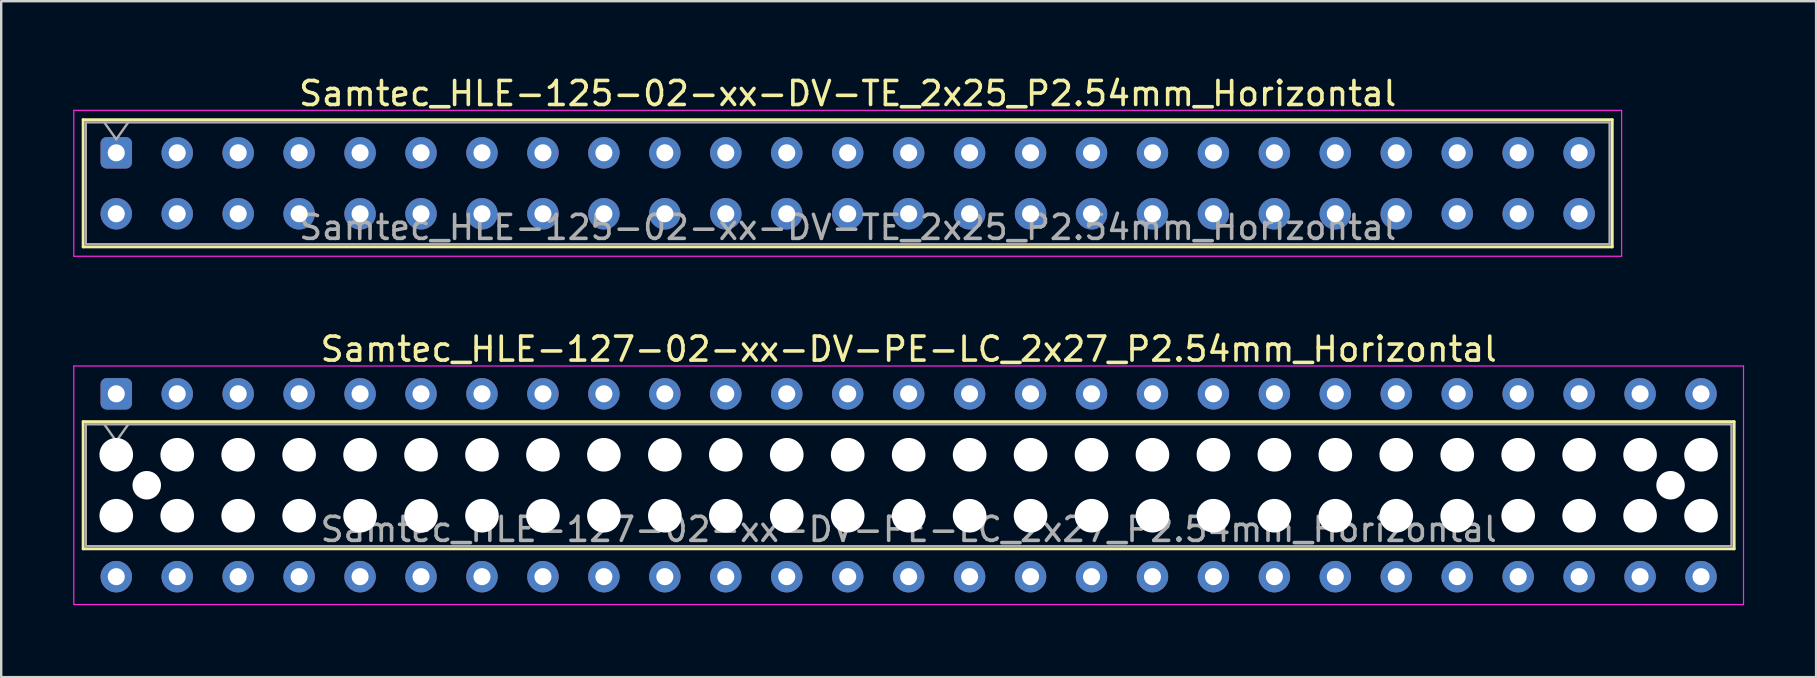
<source format=kicad_pcb>
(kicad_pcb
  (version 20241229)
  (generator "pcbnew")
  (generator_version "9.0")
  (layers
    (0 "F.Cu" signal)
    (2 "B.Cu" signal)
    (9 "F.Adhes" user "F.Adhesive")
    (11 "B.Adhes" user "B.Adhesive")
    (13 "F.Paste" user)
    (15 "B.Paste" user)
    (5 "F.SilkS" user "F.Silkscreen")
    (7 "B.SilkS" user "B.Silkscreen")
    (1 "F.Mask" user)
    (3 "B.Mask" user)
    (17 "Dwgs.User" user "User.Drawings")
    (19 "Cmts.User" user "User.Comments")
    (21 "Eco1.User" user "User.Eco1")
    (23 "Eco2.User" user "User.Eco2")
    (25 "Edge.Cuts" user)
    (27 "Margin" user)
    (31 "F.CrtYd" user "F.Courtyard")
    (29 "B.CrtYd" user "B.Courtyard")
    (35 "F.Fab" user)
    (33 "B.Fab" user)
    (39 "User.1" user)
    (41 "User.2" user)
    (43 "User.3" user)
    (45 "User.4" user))
  (footprint "Samtec_HLE-127-02-xx-DV-PE-LC_2x27_P2.54mm_Horizontal"
    (layer "F.Cu")
    (at 1.795 13.361)
    (property "Reference" "Samtec_HLE-127-02-xx-DV-PE-LC_2x27_P2.54mm_Horizontal" (at 33.02 -1.86 0) (layer "F.SilkS") (effects (font (size 1 1) (thickness 0.15))))
    (attr through_hole)
    (fp_line (start -1.38 1.16) (end 67.42 1.16) (stroke (width 0.12) (type solid)) (layer "F.SilkS"))
    (fp_line (start -1.38 6.46) (end -1.38 1.16) (stroke (width 0.12) (type solid)) (layer "F.SilkS"))
    (fp_line (start 67.42 1.16) (end 67.42 6.46) (stroke (width 0.12) (type solid)) (layer "F.SilkS"))
    (fp_line (start 67.42 6.46) (end -1.38 6.46) (stroke (width 0.12) (type solid)) (layer "F.SilkS"))
    (fp_line (start -1.77 -1.16) (end 67.81 -1.16) (stroke (width 0.05) (type solid)) (layer "F.CrtYd"))
    (fp_line (start -1.77 8.78) (end -1.77 -1.16) (stroke (width 0.05) (type solid)) (layer "F.CrtYd"))
    (fp_line (start 67.81 -1.16) (end 67.81 8.78) (stroke (width 0.05) (type solid)) (layer "F.CrtYd"))
    (fp_line (start 67.81 8.78) (end -1.77 8.78) (stroke (width 0.05) (type solid)) (layer "F.CrtYd"))
    (fp_line (start -1.27 1.27) (end 67.31 1.27) (stroke (width 0.1) (type solid)) (layer "F.Fab"))
    (fp_line (start -1.27 6.35) (end -1.27 1.27) (stroke (width 0.1) (type solid)) (layer "F.Fab"))
    (fp_line (start -0.5 1.27) (end 0 1.977) (stroke (width 0.1) (type solid)) (layer "F.Fab"))
    (fp_line (start 0 1.977) (end 0.5 1.27) (stroke (width 0.1) (type solid)) (layer "F.Fab"))
    (fp_line (start 67.31 1.27) (end 67.31 6.35) (stroke (width 0.1) (type solid)) (layer "F.Fab"))
    (fp_line (start 67.31 6.35) (end -1.27 6.35) (stroke (width 0.1) (type solid)) (layer "F.Fab"))
    (fp_text user "${REFERENCE}" (at 33.02 5.65 0) (layer "F.Fab") (effects (font (size 1 1) (thickness 0.15))))
    (pad "" np_thru_hole circle (at 0 2.54) (size 1.4 1.4) (drill 1.4) (layers "*.Cu" "*.Mask"))
    (pad "" np_thru_hole circle (at 0 5.08) (size 1.4 1.4) (drill 1.4) (layers "*.Cu" "*.Mask"))
    (pad "" np_thru_hole circle (at 1.27 3.81) (size 1.19 1.19) (drill 1.19) (layers "*.Cu" "*.Mask"))
    (pad "" np_thru_hole circle (at 2.54 2.54) (size 1.4 1.4) (drill 1.4) (layers "*.Cu" "*.Mask"))
    (pad "" np_thru_hole circle (at 2.54 5.08) (size 1.4 1.4) (drill 1.4) (layers "*.Cu" "*.Mask"))
    (pad "" np_thru_hole circle (at 5.08 2.54) (size 1.4 1.4) (drill 1.4) (layers "*.Cu" "*.Mask"))
    (pad "" np_thru_hole circle (at 5.08 5.08) (size 1.4 1.4) (drill 1.4) (layers "*.Cu" "*.Mask"))
    (pad "" np_thru_hole circle (at 7.62 2.54) (size 1.4 1.4) (drill 1.4) (layers "*.Cu" "*.Mask"))
    (pad "" np_thru_hole circle (at 7.62 5.08) (size 1.4 1.4) (drill 1.4) (layers "*.Cu" "*.Mask"))
    (pad "" np_thru_hole circle (at 10.16 2.54) (size 1.4 1.4) (drill 1.4) (layers "*.Cu" "*.Mask"))
    (pad "" np_thru_hole circle (at 10.16 5.08) (size 1.4 1.4) (drill 1.4) (layers "*.Cu" "*.Mask"))
    (pad "" np_thru_hole circle (at 12.7 2.54) (size 1.4 1.4) (drill 1.4) (layers "*.Cu" "*.Mask"))
    (pad "" np_thru_hole circle (at 12.7 5.08) (size 1.4 1.4) (drill 1.4) (layers "*.Cu" "*.Mask"))
    (pad "" np_thru_hole circle (at 15.24 2.54) (size 1.4 1.4) (drill 1.4) (layers "*.Cu" "*.Mask"))
    (pad "" np_thru_hole circle (at 15.24 5.08) (size 1.4 1.4) (drill 1.4) (layers "*.Cu" "*.Mask"))
    (pad "" np_thru_hole circle (at 17.78 2.54) (size 1.4 1.4) (drill 1.4) (layers "*.Cu" "*.Mask"))
    (pad "" np_thru_hole circle (at 17.78 5.08) (size 1.4 1.4) (drill 1.4) (layers "*.Cu" "*.Mask"))
    (pad "" np_thru_hole circle (at 20.32 2.54) (size 1.4 1.4) (drill 1.4) (layers "*.Cu" "*.Mask"))
    (pad "" np_thru_hole circle (at 20.32 5.08) (size 1.4 1.4) (drill 1.4) (layers "*.Cu" "*.Mask"))
    (pad "" np_thru_hole circle (at 22.86 2.54) (size 1.4 1.4) (drill 1.4) (layers "*.Cu" "*.Mask"))
    (pad "" np_thru_hole circle (at 22.86 5.08) (size 1.4 1.4) (drill 1.4) (layers "*.Cu" "*.Mask"))
    (pad "" np_thru_hole circle (at 25.4 2.54) (size 1.4 1.4) (drill 1.4) (layers "*.Cu" "*.Mask"))
    (pad "" np_thru_hole circle (at 25.4 5.08) (size 1.4 1.4) (drill 1.4) (layers "*.Cu" "*.Mask"))
    (pad "" np_thru_hole circle (at 27.94 2.54) (size 1.4 1.4) (drill 1.4) (layers "*.Cu" "*.Mask"))
    (pad "" np_thru_hole circle (at 27.94 5.08) (size 1.4 1.4) (drill 1.4) (layers "*.Cu" "*.Mask"))
    (pad "" np_thru_hole circle (at 30.48 2.54) (size 1.4 1.4) (drill 1.4) (layers "*.Cu" "*.Mask"))
    (pad "" np_thru_hole circle (at 30.48 5.08) (size 1.4 1.4) (drill 1.4) (layers "*.Cu" "*.Mask"))
    (pad "" np_thru_hole circle (at 33.02 2.54) (size 1.4 1.4) (drill 1.4) (layers "*.Cu" "*.Mask"))
    (pad "" np_thru_hole circle (at 33.02 5.08) (size 1.4 1.4) (drill 1.4) (layers "*.Cu" "*.Mask"))
    (pad "" np_thru_hole circle (at 35.56 2.54) (size 1.4 1.4) (drill 1.4) (layers "*.Cu" "*.Mask"))
    (pad "" np_thru_hole circle (at 35.56 5.08) (size 1.4 1.4) (drill 1.4) (layers "*.Cu" "*.Mask"))
    (pad "" np_thru_hole circle (at 38.1 2.54) (size 1.4 1.4) (drill 1.4) (layers "*.Cu" "*.Mask"))
    (pad "" np_thru_hole circle (at 38.1 5.08) (size 1.4 1.4) (drill 1.4) (layers "*.Cu" "*.Mask"))
    (pad "" np_thru_hole circle (at 40.64 2.54) (size 1.4 1.4) (drill 1.4) (layers "*.Cu" "*.Mask"))
    (pad "" np_thru_hole circle (at 40.64 5.08) (size 1.4 1.4) (drill 1.4) (layers "*.Cu" "*.Mask"))
    (pad "" np_thru_hole circle (at 43.18 2.54) (size 1.4 1.4) (drill 1.4) (layers "*.Cu" "*.Mask"))
    (pad "" np_thru_hole circle (at 43.18 5.08) (size 1.4 1.4) (drill 1.4) (layers "*.Cu" "*.Mask"))
    (pad "" np_thru_hole circle (at 45.72 2.54) (size 1.4 1.4) (drill 1.4) (layers "*.Cu" "*.Mask"))
    (pad "" np_thru_hole circle (at 45.72 5.08) (size 1.4 1.4) (drill 1.4) (layers "*.Cu" "*.Mask"))
    (pad "" np_thru_hole circle (at 48.26 2.54) (size 1.4 1.4) (drill 1.4) (layers "*.Cu" "*.Mask"))
    (pad "" np_thru_hole circle (at 48.26 5.08) (size 1.4 1.4) (drill 1.4) (layers "*.Cu" "*.Mask"))
    (pad "" np_thru_hole circle (at 50.8 2.54) (size 1.4 1.4) (drill 1.4) (layers "*.Cu" "*.Mask"))
    (pad "" np_thru_hole circle (at 50.8 5.08) (size 1.4 1.4) (drill 1.4) (layers "*.Cu" "*.Mask"))
    (pad "" np_thru_hole circle (at 53.34 2.54) (size 1.4 1.4) (drill 1.4) (layers "*.Cu" "*.Mask"))
    (pad "" np_thru_hole circle (at 53.34 5.08) (size 1.4 1.4) (drill 1.4) (layers "*.Cu" "*.Mask"))
    (pad "" np_thru_hole circle (at 55.88 2.54) (size 1.4 1.4) (drill 1.4) (layers "*.Cu" "*.Mask"))
    (pad "" np_thru_hole circle (at 55.88 5.08) (size 1.4 1.4) (drill 1.4) (layers "*.Cu" "*.Mask"))
    (pad "" np_thru_hole circle (at 58.42 2.54) (size 1.4 1.4) (drill 1.4) (layers "*.Cu" "*.Mask"))
    (pad "" np_thru_hole circle (at 58.42 5.08) (size 1.4 1.4) (drill 1.4) (layers "*.Cu" "*.Mask"))
    (pad "" np_thru_hole circle (at 60.96 2.54) (size 1.4 1.4) (drill 1.4) (layers "*.Cu" "*.Mask"))
    (pad "" np_thru_hole circle (at 60.96 5.08) (size 1.4 1.4) (drill 1.4) (layers "*.Cu" "*.Mask"))
    (pad "" np_thru_hole circle (at 63.5 2.54) (size 1.4 1.4) (drill 1.4) (layers "*.Cu" "*.Mask"))
    (pad "" np_thru_hole circle (at 63.5 5.08) (size 1.4 1.4) (drill 1.4) (layers "*.Cu" "*.Mask"))
    (pad "" np_thru_hole circle (at 64.77 3.81) (size 1.19 1.19) (drill 1.19) (layers "*.Cu" "*.Mask"))
    (pad "" np_thru_hole circle (at 66.04 2.54) (size 1.4 1.4) (drill 1.4) (layers "*.Cu" "*.Mask"))
    (pad "" np_thru_hole circle (at 66.04 5.08) (size 1.4 1.4) (drill 1.4) (layers "*.Cu" "*.Mask"))
    (pad "1" thru_hole roundrect (at 0 0) (size 1.31 1.31) (drill 0.71) (layers "*.Cu" "*.Mask") (roundrect_rratio 0.191))
    (pad "2" thru_hole circle (at 0 7.62) (size 1.31 1.31) (drill 0.71) (layers "*.Cu" "*.Mask"))
    (pad "3" thru_hole circle (at 2.54 0) (size 1.31 1.31) (drill 0.71) (layers "*.Cu" "*.Mask"))
    (pad "4" thru_hole circle (at 2.54 7.62) (size 1.31 1.31) (drill 0.71) (layers "*.Cu" "*.Mask"))
    (pad "5" thru_hole circle (at 5.08 0) (size 1.31 1.31) (drill 0.71) (layers "*.Cu" "*.Mask"))
    (pad "6" thru_hole circle (at 5.08 7.62) (size 1.31 1.31) (drill 0.71) (layers "*.Cu" "*.Mask"))
    (pad "7" thru_hole circle (at 7.62 0) (size 1.31 1.31) (drill 0.71) (layers "*.Cu" "*.Mask"))
    (pad "8" thru_hole circle (at 7.62 7.62) (size 1.31 1.31) (drill 0.71) (layers "*.Cu" "*.Mask"))
    (pad "9" thru_hole circle (at 10.16 0) (size 1.31 1.31) (drill 0.71) (layers "*.Cu" "*.Mask"))
    (pad "10" thru_hole circle (at 10.16 7.62) (size 1.31 1.31) (drill 0.71) (layers "*.Cu" "*.Mask"))
    (pad "11" thru_hole circle (at 12.7 0) (size 1.31 1.31) (drill 0.71) (layers "*.Cu" "*.Mask"))
    (pad "12" thru_hole circle (at 12.7 7.62) (size 1.31 1.31) (drill 0.71) (layers "*.Cu" "*.Mask"))
    (pad "13" thru_hole circle (at 15.24 0) (size 1.31 1.31) (drill 0.71) (layers "*.Cu" "*.Mask"))
    (pad "14" thru_hole circle (at 15.24 7.62) (size 1.31 1.31) (drill 0.71) (layers "*.Cu" "*.Mask"))
    (pad "15" thru_hole circle (at 17.78 0) (size 1.31 1.31) (drill 0.71) (layers "*.Cu" "*.Mask"))
    (pad "16" thru_hole circle (at 17.78 7.62) (size 1.31 1.31) (drill 0.71) (layers "*.Cu" "*.Mask"))
    (pad "17" thru_hole circle (at 20.32 0) (size 1.31 1.31) (drill 0.71) (layers "*.Cu" "*.Mask"))
    (pad "18" thru_hole circle (at 20.32 7.62) (size 1.31 1.31) (drill 0.71) (layers "*.Cu" "*.Mask"))
    (pad "19" thru_hole circle (at 22.86 0) (size 1.31 1.31) (drill 0.71) (layers "*.Cu" "*.Mask"))
    (pad "20" thru_hole circle (at 22.86 7.62) (size 1.31 1.31) (drill 0.71) (layers "*.Cu" "*.Mask"))
    (pad "21" thru_hole circle (at 25.4 0) (size 1.31 1.31) (drill 0.71) (layers "*.Cu" "*.Mask"))
    (pad "22" thru_hole circle (at 25.4 7.62) (size 1.31 1.31) (drill 0.71) (layers "*.Cu" "*.Mask"))
    (pad "23" thru_hole circle (at 27.94 0) (size 1.31 1.31) (drill 0.71) (layers "*.Cu" "*.Mask"))
    (pad "24" thru_hole circle (at 27.94 7.62) (size 1.31 1.31) (drill 0.71) (layers "*.Cu" "*.Mask"))
    (pad "25" thru_hole circle (at 30.48 0) (size 1.31 1.31) (drill 0.71) (layers "*.Cu" "*.Mask"))
    (pad "26" thru_hole circle (at 30.48 7.62) (size 1.31 1.31) (drill 0.71) (layers "*.Cu" "*.Mask"))
    (pad "27" thru_hole circle (at 33.02 0) (size 1.31 1.31) (drill 0.71) (layers "*.Cu" "*.Mask"))
    (pad "28" thru_hole circle (at 33.02 7.62) (size 1.31 1.31) (drill 0.71) (layers "*.Cu" "*.Mask"))
    (pad "29" thru_hole circle (at 35.56 0) (size 1.31 1.31) (drill 0.71) (layers "*.Cu" "*.Mask"))
    (pad "30" thru_hole circle (at 35.56 7.62) (size 1.31 1.31) (drill 0.71) (layers "*.Cu" "*.Mask"))
    (pad "31" thru_hole circle (at 38.1 0) (size 1.31 1.31) (drill 0.71) (layers "*.Cu" "*.Mask"))
    (pad "32" thru_hole circle (at 38.1 7.62) (size 1.31 1.31) (drill 0.71) (layers "*.Cu" "*.Mask"))
    (pad "33" thru_hole circle (at 40.64 0) (size 1.31 1.31) (drill 0.71) (layers "*.Cu" "*.Mask"))
    (pad "34" thru_hole circle (at 40.64 7.62) (size 1.31 1.31) (drill 0.71) (layers "*.Cu" "*.Mask"))
    (pad "35" thru_hole circle (at 43.18 0) (size 1.31 1.31) (drill 0.71) (layers "*.Cu" "*.Mask"))
    (pad "36" thru_hole circle (at 43.18 7.62) (size 1.31 1.31) (drill 0.71) (layers "*.Cu" "*.Mask"))
    (pad "37" thru_hole circle (at 45.72 0) (size 1.31 1.31) (drill 0.71) (layers "*.Cu" "*.Mask"))
    (pad "38" thru_hole circle (at 45.72 7.62) (size 1.31 1.31) (drill 0.71) (layers "*.Cu" "*.Mask"))
    (pad "39" thru_hole circle (at 48.26 0) (size 1.31 1.31) (drill 0.71) (layers "*.Cu" "*.Mask"))
    (pad "40" thru_hole circle (at 48.26 7.62) (size 1.31 1.31) (drill 0.71) (layers "*.Cu" "*.Mask"))
    (pad "41" thru_hole circle (at 50.8 0) (size 1.31 1.31) (drill 0.71) (layers "*.Cu" "*.Mask"))
    (pad "42" thru_hole circle (at 50.8 7.62) (size 1.31 1.31) (drill 0.71) (layers "*.Cu" "*.Mask"))
    (pad "43" thru_hole circle (at 53.34 0) (size 1.31 1.31) (drill 0.71) (layers "*.Cu" "*.Mask"))
    (pad "44" thru_hole circle (at 53.34 7.62) (size 1.31 1.31) (drill 0.71) (layers "*.Cu" "*.Mask"))
    (pad "45" thru_hole circle (at 55.88 0) (size 1.31 1.31) (drill 0.71) (layers "*.Cu" "*.Mask"))
    (pad "46" thru_hole circle (at 55.88 7.62) (size 1.31 1.31) (drill 0.71) (layers "*.Cu" "*.Mask"))
    (pad "47" thru_hole circle (at 58.42 0) (size 1.31 1.31) (drill 0.71) (layers "*.Cu" "*.Mask"))
    (pad "48" thru_hole circle (at 58.42 7.62) (size 1.31 1.31) (drill 0.71) (layers "*.Cu" "*.Mask"))
    (pad "49" thru_hole circle (at 60.96 0) (size 1.31 1.31) (drill 0.71) (layers "*.Cu" "*.Mask"))
    (pad "50" thru_hole circle (at 60.96 7.62) (size 1.31 1.31) (drill 0.71) (layers "*.Cu" "*.Mask"))
    (pad "51" thru_hole circle (at 63.5 0) (size 1.31 1.31) (drill 0.71) (layers "*.Cu" "*.Mask"))
    (pad "52" thru_hole circle (at 63.5 7.62) (size 1.31 1.31) (drill 0.71) (layers "*.Cu" "*.Mask"))
    (pad "53" thru_hole circle (at 66.04 0) (size 1.31 1.31) (drill 0.71) (layers "*.Cu" "*.Mask"))
    (pad "54" thru_hole circle (at 66.04 7.62) (size 1.31 1.31) (drill 0.71) (layers "*.Cu" "*.Mask")))
  (footprint "Samtec_HLE-125-02-xx-DV-TE_2x25_P2.54mm_Horizontal"
    (layer "F.Cu")
    (at 1.795 3.318)
    (property "Reference" "Samtec_HLE-125-02-xx-DV-TE_2x25_P2.54mm_Horizontal" (at 30.48 -2.47 0) (layer "F.SilkS") (effects (font (size 1 1) (thickness 0.15))))
    (attr through_hole)
    (fp_line (start -1.38 -1.38) (end 62.34 -1.38) (stroke (width 0.12) (type solid)) (layer "F.SilkS"))
    (fp_line (start -1.38 3.92) (end -1.38 -1.38) (stroke (width 0.12) (type solid)) (layer "F.SilkS"))
    (fp_line (start 62.34 -1.38) (end 62.34 3.92) (stroke (width 0.12) (type solid)) (layer "F.SilkS"))
    (fp_line (start 62.34 3.92) (end -1.38 3.92) (stroke (width 0.12) (type solid)) (layer "F.SilkS"))
    (fp_line (start -1.77 -1.77) (end 62.73 -1.77) (stroke (width 0.05) (type solid)) (layer "F.CrtYd"))
    (fp_line (start -1.77 4.31) (end -1.77 -1.77) (stroke (width 0.05) (type solid)) (layer "F.CrtYd"))
    (fp_line (start 62.73 -1.77) (end 62.73 4.31) (stroke (width 0.05) (type solid)) (layer "F.CrtYd"))
    (fp_line (start 62.73 4.31) (end -1.77 4.31) (stroke (width 0.05) (type solid)) (layer "F.CrtYd"))
    (fp_line (start -1.27 -1.27) (end 62.23 -1.27) (stroke (width 0.1) (type solid)) (layer "F.Fab"))
    (fp_line (start -1.27 3.81) (end -1.27 -1.27) (stroke (width 0.1) (type solid)) (layer "F.Fab"))
    (fp_line (start -0.5 -1.27) (end 0 -0.563) (stroke (width 0.1) (type solid)) (layer "F.Fab"))
    (fp_line (start 0 -0.563) (end 0.5 -1.27) (stroke (width 0.1) (type solid)) (layer "F.Fab"))
    (fp_line (start 62.23 -1.27) (end 62.23 3.81) (stroke (width 0.1) (type solid)) (layer "F.Fab"))
    (fp_line (start 62.23 3.81) (end -1.27 3.81) (stroke (width 0.1) (type solid)) (layer "F.Fab"))
    (fp_text user "${REFERENCE}" (at 30.48 3.11 0) (layer "F.Fab") (effects (font (size 1 1) (thickness 0.15))))
    (pad "1" thru_hole roundrect (at 0 0) (size 1.31 1.31) (drill 0.71) (layers "*.Cu" "*.Mask") (roundrect_rratio 0.191))
    (pad "2" thru_hole circle (at 0 2.54) (size 1.31 1.31) (drill 0.71) (layers "*.Cu" "*.Mask"))
    (pad "3" thru_hole circle (at 2.54 0) (size 1.31 1.31) (drill 0.71) (layers "*.Cu" "*.Mask"))
    (pad "4" thru_hole circle (at 2.54 2.54) (size 1.31 1.31) (drill 0.71) (layers "*.Cu" "*.Mask"))
    (pad "5" thru_hole circle (at 5.08 0) (size 1.31 1.31) (drill 0.71) (layers "*.Cu" "*.Mask"))
    (pad "6" thru_hole circle (at 5.08 2.54) (size 1.31 1.31) (drill 0.71) (layers "*.Cu" "*.Mask"))
    (pad "7" thru_hole circle (at 7.62 0) (size 1.31 1.31) (drill 0.71) (layers "*.Cu" "*.Mask"))
    (pad "8" thru_hole circle (at 7.62 2.54) (size 1.31 1.31) (drill 0.71) (layers "*.Cu" "*.Mask"))
    (pad "9" thru_hole circle (at 10.16 0) (size 1.31 1.31) (drill 0.71) (layers "*.Cu" "*.Mask"))
    (pad "10" thru_hole circle (at 10.16 2.54) (size 1.31 1.31) (drill 0.71) (layers "*.Cu" "*.Mask"))
    (pad "11" thru_hole circle (at 12.7 0) (size 1.31 1.31) (drill 0.71) (layers "*.Cu" "*.Mask"))
    (pad "12" thru_hole circle (at 12.7 2.54) (size 1.31 1.31) (drill 0.71) (layers "*.Cu" "*.Mask"))
    (pad "13" thru_hole circle (at 15.24 0) (size 1.31 1.31) (drill 0.71) (layers "*.Cu" "*.Mask"))
    (pad "14" thru_hole circle (at 15.24 2.54) (size 1.31 1.31) (drill 0.71) (layers "*.Cu" "*.Mask"))
    (pad "15" thru_hole circle (at 17.78 0) (size 1.31 1.31) (drill 0.71) (layers "*.Cu" "*.Mask"))
    (pad "16" thru_hole circle (at 17.78 2.54) (size 1.31 1.31) (drill 0.71) (layers "*.Cu" "*.Mask"))
    (pad "17" thru_hole circle (at 20.32 0) (size 1.31 1.31) (drill 0.71) (layers "*.Cu" "*.Mask"))
    (pad "18" thru_hole circle (at 20.32 2.54) (size 1.31 1.31) (drill 0.71) (layers "*.Cu" "*.Mask"))
    (pad "19" thru_hole circle (at 22.86 0) (size 1.31 1.31) (drill 0.71) (layers "*.Cu" "*.Mask"))
    (pad "20" thru_hole circle (at 22.86 2.54) (size 1.31 1.31) (drill 0.71) (layers "*.Cu" "*.Mask"))
    (pad "21" thru_hole circle (at 25.4 0) (size 1.31 1.31) (drill 0.71) (layers "*.Cu" "*.Mask"))
    (pad "22" thru_hole circle (at 25.4 2.54) (size 1.31 1.31) (drill 0.71) (layers "*.Cu" "*.Mask"))
    (pad "23" thru_hole circle (at 27.94 0) (size 1.31 1.31) (drill 0.71) (layers "*.Cu" "*.Mask"))
    (pad "24" thru_hole circle (at 27.94 2.54) (size 1.31 1.31) (drill 0.71) (layers "*.Cu" "*.Mask"))
    (pad "25" thru_hole circle (at 30.48 0) (size 1.31 1.31) (drill 0.71) (layers "*.Cu" "*.Mask"))
    (pad "26" thru_hole circle (at 30.48 2.54) (size 1.31 1.31) (drill 0.71) (layers "*.Cu" "*.Mask"))
    (pad "27" thru_hole circle (at 33.02 0) (size 1.31 1.31) (drill 0.71) (layers "*.Cu" "*.Mask"))
    (pad "28" thru_hole circle (at 33.02 2.54) (size 1.31 1.31) (drill 0.71) (layers "*.Cu" "*.Mask"))
    (pad "29" thru_hole circle (at 35.56 0) (size 1.31 1.31) (drill 0.71) (layers "*.Cu" "*.Mask"))
    (pad "30" thru_hole circle (at 35.56 2.54) (size 1.31 1.31) (drill 0.71) (layers "*.Cu" "*.Mask"))
    (pad "31" thru_hole circle (at 38.1 0) (size 1.31 1.31) (drill 0.71) (layers "*.Cu" "*.Mask"))
    (pad "32" thru_hole circle (at 38.1 2.54) (size 1.31 1.31) (drill 0.71) (layers "*.Cu" "*.Mask"))
    (pad "33" thru_hole circle (at 40.64 0) (size 1.31 1.31) (drill 0.71) (layers "*.Cu" "*.Mask"))
    (pad "34" thru_hole circle (at 40.64 2.54) (size 1.31 1.31) (drill 0.71) (layers "*.Cu" "*.Mask"))
    (pad "35" thru_hole circle (at 43.18 0) (size 1.31 1.31) (drill 0.71) (layers "*.Cu" "*.Mask"))
    (pad "36" thru_hole circle (at 43.18 2.54) (size 1.31 1.31) (drill 0.71) (layers "*.Cu" "*.Mask"))
    (pad "37" thru_hole circle (at 45.72 0) (size 1.31 1.31) (drill 0.71) (layers "*.Cu" "*.Mask"))
    (pad "38" thru_hole circle (at 45.72 2.54) (size 1.31 1.31) (drill 0.71) (layers "*.Cu" "*.Mask"))
    (pad "39" thru_hole circle (at 48.26 0) (size 1.31 1.31) (drill 0.71) (layers "*.Cu" "*.Mask"))
    (pad "40" thru_hole circle (at 48.26 2.54) (size 1.31 1.31) (drill 0.71) (layers "*.Cu" "*.Mask"))
    (pad "41" thru_hole circle (at 50.8 0) (size 1.31 1.31) (drill 0.71) (layers "*.Cu" "*.Mask"))
    (pad "42" thru_hole circle (at 50.8 2.54) (size 1.31 1.31) (drill 0.71) (layers "*.Cu" "*.Mask"))
    (pad "43" thru_hole circle (at 53.34 0) (size 1.31 1.31) (drill 0.71) (layers "*.Cu" "*.Mask"))
    (pad "44" thru_hole circle (at 53.34 2.54) (size 1.31 1.31) (drill 0.71) (layers "*.Cu" "*.Mask"))
    (pad "45" thru_hole circle (at 55.88 0) (size 1.31 1.31) (drill 0.71) (layers "*.Cu" "*.Mask"))
    (pad "46" thru_hole circle (at 55.88 2.54) (size 1.31 1.31) (drill 0.71) (layers "*.Cu" "*.Mask"))
    (pad "47" thru_hole circle (at 58.42 0) (size 1.31 1.31) (drill 0.71) (layers "*.Cu" "*.Mask"))
    (pad "48" thru_hole circle (at 58.42 2.54) (size 1.31 1.31) (drill 0.71) (layers "*.Cu" "*.Mask"))
    (pad "49" thru_hole circle (at 60.96 0) (size 1.31 1.31) (drill 0.71) (layers "*.Cu" "*.Mask"))
    (pad "50" thru_hole circle (at 60.96 2.54) (size 1.31 1.31) (drill 0.71) (layers "*.Cu" "*.Mask")))
  (gr_rect
    (start -3 -3)
    (end 72.63 25.166)
    (stroke (width 0.1) (type default))
    (fill no)
    (layer "Edge.Cuts")))
</source>
